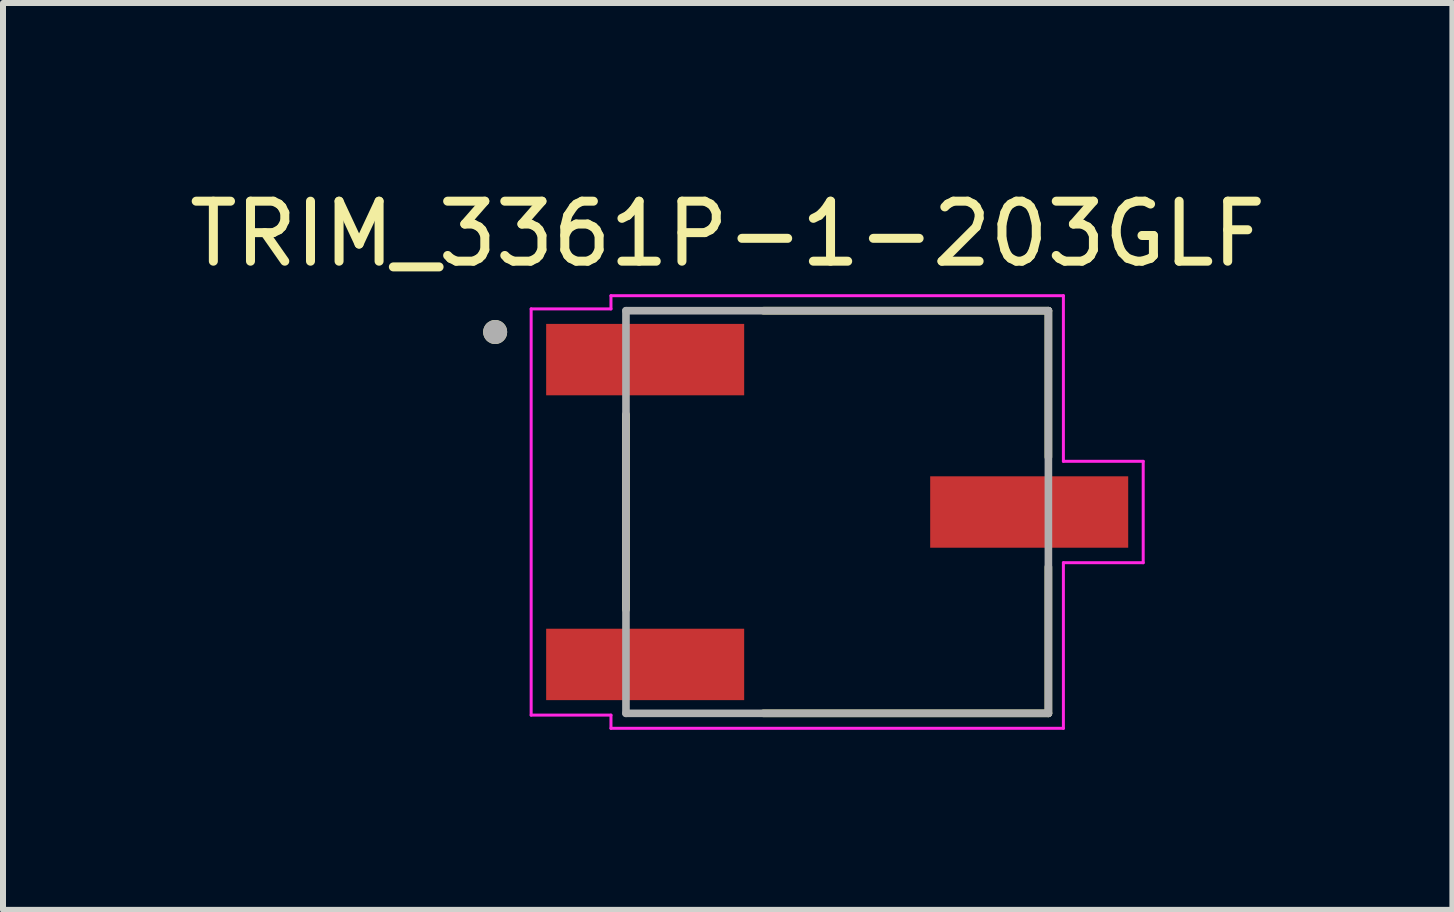
<source format=kicad_pcb>
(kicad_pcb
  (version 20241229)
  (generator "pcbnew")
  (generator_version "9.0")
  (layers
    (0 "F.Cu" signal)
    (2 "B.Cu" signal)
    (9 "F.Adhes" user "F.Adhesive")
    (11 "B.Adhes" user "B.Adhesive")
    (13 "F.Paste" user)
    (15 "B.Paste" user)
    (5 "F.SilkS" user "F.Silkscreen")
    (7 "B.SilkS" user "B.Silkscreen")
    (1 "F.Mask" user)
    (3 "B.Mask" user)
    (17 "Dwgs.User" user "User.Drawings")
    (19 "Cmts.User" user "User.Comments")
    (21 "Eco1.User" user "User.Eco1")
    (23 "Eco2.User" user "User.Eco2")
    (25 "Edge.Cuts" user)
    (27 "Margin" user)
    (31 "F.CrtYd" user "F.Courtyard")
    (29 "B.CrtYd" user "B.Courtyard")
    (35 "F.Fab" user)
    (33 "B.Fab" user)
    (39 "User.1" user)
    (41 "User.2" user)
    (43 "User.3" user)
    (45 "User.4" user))
  (footprint "TRIM_3361P-1-203GLF"
    (layer "F.Cu")
    (at 10.902 5.483)
    (property "Reference" "TRIM_3361P-1-203GLF" (at -1.825 -4.635 0) (layer "F.SilkS") (effects (font (size 1 1) (thickness 0.15))))
    (attr through_hole)
    (fp_line (start -3.52 -1.625) (end -3.52 1.625) (stroke (width 0.127) (type solid)) (layer "F.SilkS"))
    (fp_line (start 3.52 -3.355) (end -1.23 -3.355) (stroke (width 0.127) (type solid)) (layer "F.SilkS"))
    (fp_line (start 3.52 -0.915) (end 3.52 -3.355) (stroke (width 0.127) (type solid)) (layer "F.SilkS"))
    (fp_line (start 3.52 0.915) (end 3.52 3.355) (stroke (width 0.127) (type solid)) (layer "F.SilkS"))
    (fp_line (start 3.52 3.355) (end -1.23 3.355) (stroke (width 0.127) (type solid)) (layer "F.SilkS"))
    (fp_circle (center -5.7 -3) (end -5.6 -3) (stroke (width 0.2) (type solid)) (fill no) (layer "F.SilkS"))
    (fp_line (start -5.1 -3.385) (end -3.77 -3.385) (stroke (width 0.05) (type solid)) (layer "F.CrtYd"))
    (fp_line (start -5.1 3.385) (end -5.1 -3.385) (stroke (width 0.05) (type solid)) (layer "F.CrtYd"))
    (fp_line (start -3.77 -3.605) (end 3.77 -3.605) (stroke (width 0.05) (type solid)) (layer "F.CrtYd"))
    (fp_line (start -3.77 -3.385) (end -3.77 -3.605) (stroke (width 0.05) (type solid)) (layer "F.CrtYd"))
    (fp_line (start -3.77 3.385) (end -5.1 3.385) (stroke (width 0.05) (type solid)) (layer "F.CrtYd"))
    (fp_line (start -3.77 3.605) (end -3.77 3.385) (stroke (width 0.05) (type solid)) (layer "F.CrtYd"))
    (fp_line (start 3.77 -3.605) (end 3.77 -0.845) (stroke (width 0.05) (type solid)) (layer "F.CrtYd"))
    (fp_line (start 3.77 -0.845) (end 5.1 -0.845) (stroke (width 0.05) (type solid)) (layer "F.CrtYd"))
    (fp_line (start 3.77 0.845) (end 3.77 3.605) (stroke (width 0.05) (type solid)) (layer "F.CrtYd"))
    (fp_line (start 3.77 3.605) (end -3.77 3.605) (stroke (width 0.05) (type solid)) (layer "F.CrtYd"))
    (fp_line (start 5.1 -0.845) (end 5.1 0.845) (stroke (width 0.05) (type solid)) (layer "F.CrtYd"))
    (fp_line (start 5.1 0.845) (end 3.77 0.845) (stroke (width 0.05) (type solid)) (layer "F.CrtYd"))
    (fp_line (start -3.52 -3.355) (end -3.52 3.355) (stroke (width 0.127) (type solid)) (layer "F.Fab"))
    (fp_line (start -3.52 3.355) (end 3.52 3.355) (stroke (width 0.127) (type solid)) (layer "F.Fab"))
    (fp_line (start 3.52 -3.355) (end -3.52 -3.355) (stroke (width 0.127) (type solid)) (layer "F.Fab"))
    (fp_line (start 3.52 3.355) (end 3.52 -3.355) (stroke (width 0.127) (type solid)) (layer "F.Fab"))
    (fp_circle (center -5.7 -3) (end -5.6 -3) (stroke (width 0.2) (type solid)) (fill no) (layer "F.Fab"))
    (pad "1" smd rect (at -3.2 -2.54) (size 3.3 1.19) (layers "F.Cu" "F.Mask" "F.Paste"))
    (pad "2" smd rect (at 3.2 0) (size 3.3 1.19) (layers "F.Cu" "F.Mask" "F.Paste"))
    (pad "3" smd rect (at -3.2 2.54) (size 3.3 1.19) (layers "F.Cu" "F.Mask" "F.Paste")))
  (gr_rect
    (start -3 -3)
    (end 21.155 12.113)
    (stroke (width 0.1) (type default))
    (fill no)
    (layer "Edge.Cuts")))
</source>
